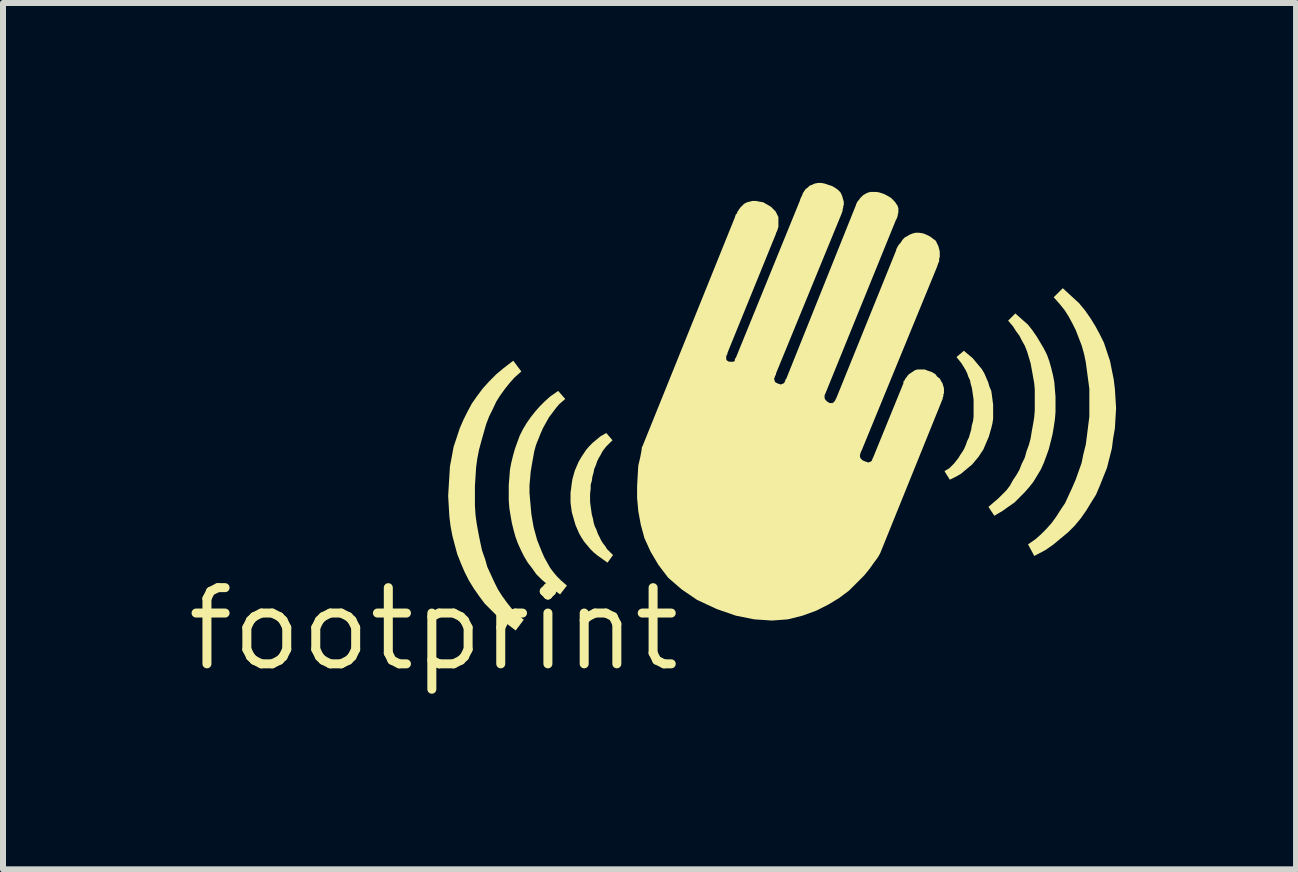
<source format=kicad_pcb>
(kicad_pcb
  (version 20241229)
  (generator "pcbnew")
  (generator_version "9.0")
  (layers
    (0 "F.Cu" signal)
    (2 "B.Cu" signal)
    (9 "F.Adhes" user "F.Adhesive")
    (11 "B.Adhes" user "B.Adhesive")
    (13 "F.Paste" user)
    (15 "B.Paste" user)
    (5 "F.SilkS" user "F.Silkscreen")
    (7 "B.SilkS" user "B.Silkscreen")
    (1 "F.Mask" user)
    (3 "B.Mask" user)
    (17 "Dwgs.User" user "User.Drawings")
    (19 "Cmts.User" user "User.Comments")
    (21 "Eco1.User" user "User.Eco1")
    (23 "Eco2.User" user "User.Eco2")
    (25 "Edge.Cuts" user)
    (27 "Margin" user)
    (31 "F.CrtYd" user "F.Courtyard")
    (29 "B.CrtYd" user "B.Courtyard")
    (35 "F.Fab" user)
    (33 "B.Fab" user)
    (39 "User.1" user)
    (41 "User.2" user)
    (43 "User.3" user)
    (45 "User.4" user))
  (footprint "footprint"
    (layer "F.Cu")
    (at 4.18 7.438)
    (property "Reference" "footprint" (at 0 0 0) (layer "F.SilkS") (effects (font (size 1.27 1.27) (thickness 0.15))))
    (fp_poly (pts (xy 8.924 -4.569) (xy 8.987 -4.517) (xy 9.039 -4.454) (xy 9.089 -4.394) (xy 9.141 -4.332) (xy 9.184 -4.257) (xy 9.215 -4.185) (xy 9.246 -4.113) (xy 9.266 -4.043) (xy 9.297 -3.97) (xy 9.308 -3.895) (xy 9.318 -3.815) (xy 9.328 -3.743) (xy 9.328 -3.507) (xy 9.317 -3.433) (xy 9.297 -3.35) (xy 9.277 -3.28) (xy 9.256 -3.207) (xy 9.225 -3.135) (xy 9.195 -3.065) (xy 9.164 -2.992) (xy 9.122 -2.929) (xy 9.081 -2.867) (xy 9.029 -2.806) (xy 8.977 -2.743) (xy 8.914 -2.691) (xy 8.854 -2.641) (xy 8.792 -2.589) (xy 8.718 -2.546) (xy 8.606 -2.49) (xy 8.517 -2.633) (xy 8.596 -2.68) (xy 8.672 -2.755) (xy 8.749 -2.852) (xy 8.778 -2.9) (xy 8.818 -2.96) (xy 8.846 -3.007) (xy 8.874 -3.074) (xy 8.895 -3.135) (xy 8.924 -3.194) (xy 8.963 -3.328) (xy 8.973 -3.398) (xy 8.993 -3.468) (xy 9.002 -3.542) (xy 9.002 -3.827) (xy 8.982 -3.964) (xy 8.973 -4.022) (xy 8.953 -4.092) (xy 8.943 -4.148) (xy 8.915 -4.205) (xy 8.895 -4.265) (xy 8.867 -4.322) (xy 8.808 -4.419) (xy 8.78 -4.457) (xy 8.717 -4.535) (xy 8.84 -4.64)) (stroke (width 0) (type solid)) (fill yes) (layer "F.SilkS"))
    (fp_poly (pts (xy 10.636 -5.548) (xy 10.758 -5.436) (xy 10.86 -5.313) (xy 10.952 -5.181) (xy 11.033 -5.049) (xy 11.104 -4.918) (xy 11.175 -4.775) (xy 11.226 -4.622) (xy 11.277 -4.47) (xy 11.307 -4.317) (xy 11.338 -4.166) (xy 11.358 -4.004) (xy 11.368 -3.842) (xy 11.378 -3.68) (xy 11.368 -3.518) (xy 11.358 -3.346) (xy 11.328 -3.174) (xy 11.308 -3.013) (xy 11.226 -2.688) (xy 11.165 -2.536) (xy 11.105 -2.385) (xy 11.044 -2.242) (xy 10.962 -2.11) (xy 10.882 -1.979) (xy 10.79 -1.847) (xy 10.688 -1.724) (xy 10.576 -1.612) (xy 10.454 -1.511) (xy 10.333 -1.41) (xy 10.2 -1.317) (xy 10.014 -1.219) (xy 9.91 -1.412) (xy 10.036 -1.5) (xy 10.124 -1.578) (xy 10.212 -1.666) (xy 10.3 -1.764) (xy 10.378 -1.871) (xy 10.448 -1.981) (xy 10.527 -2.099) (xy 10.645 -2.355) (xy 10.705 -2.494) (xy 10.803 -2.77) (xy 10.833 -2.918) (xy 10.873 -3.077) (xy 10.892 -3.225) (xy 10.932 -3.542) (xy 10.932 -4.007) (xy 10.872 -4.453) (xy 10.843 -4.591) (xy 10.804 -4.728) (xy 10.705 -4.985) (xy 10.646 -5.102) (xy 10.587 -5.211) (xy 10.519 -5.318) (xy 10.441 -5.415) (xy 10.338 -5.532) (xy 10.489 -5.683)) (stroke (width 0) (type solid)) (fill yes) (layer "F.SilkS"))
    (fp_poly (pts (xy 2.194 -3.836) (xy 2.097 -3.753) (xy 2.04 -3.686) (xy 1.922 -3.529) (xy 1.824 -3.353) (xy 1.785 -3.265) (xy 1.706 -3.068) (xy 1.677 -2.962) (xy 1.638 -2.744) (xy 1.618 -2.625) (xy 1.608 -2.507) (xy 1.598 -2.398) (xy 1.598 -2.272) (xy 1.608 -2.153) (xy 1.618 -2.043) (xy 1.628 -1.925) (xy 1.648 -1.806) (xy 1.667 -1.698) (xy 1.726 -1.482) (xy 1.805 -1.285) (xy 1.844 -1.197) (xy 1.942 -1.021) (xy 2 -0.944) (xy 2.058 -0.876) (xy 2.126 -0.808) (xy 2.222 -0.725) (xy 2.108 -0.578) (xy 1.976 -0.67) (xy 1.885 -0.752) (xy 1.794 -0.832) (xy 1.711 -0.915) (xy 1.639 -1.017) (xy 1.569 -1.108) (xy 1.507 -1.212) (xy 1.456 -1.314) (xy 1.405 -1.426) (xy 1.364 -1.538) (xy 1.333 -1.65) (xy 1.303 -1.772) (xy 1.282 -1.894) (xy 1.262 -2.015) (xy 1.252 -2.149) (xy 1.252 -2.402) (xy 1.262 -2.523) (xy 1.272 -2.655) (xy 1.293 -2.768) (xy 1.323 -2.89) (xy 1.354 -3.002) (xy 1.394 -3.113) (xy 1.435 -3.225) (xy 1.487 -3.328) (xy 1.548 -3.431) (xy 1.619 -3.533) (xy 1.691 -3.624) (xy 1.772 -3.716) (xy 1.854 -3.798) (xy 1.946 -3.88) (xy 2.076 -3.971)) (stroke (width 0) (type solid)) (fill yes) (layer "F.SilkS"))
    (fp_poly (pts (xy 2.982 -3.148) (xy 2.878 -3.045) (xy 2.84 -2.997) (xy 2.813 -2.96) (xy 2.783 -2.902) (xy 2.753 -2.852) (xy 2.725 -2.795) (xy 2.706 -2.736) (xy 2.677 -2.669) (xy 2.667 -2.612) (xy 2.647 -2.542) (xy 2.637 -2.472) (xy 2.618 -2.405) (xy 2.618 -2.338) (xy 2.608 -2.258) (xy 2.608 -2.122) (xy 2.618 -2.045) (xy 2.637 -1.908) (xy 2.657 -1.838) (xy 2.667 -1.778) (xy 2.686 -1.714) (xy 2.715 -1.655) (xy 2.735 -1.595) (xy 2.793 -1.478) (xy 2.821 -1.432) (xy 2.861 -1.382) (xy 2.89 -1.334) (xy 2.99 -1.234) (xy 2.899 -1.107) (xy 2.727 -1.23) (xy 2.664 -1.282) (xy 2.612 -1.334) (xy 2.561 -1.396) (xy 2.509 -1.457) (xy 2.468 -1.52) (xy 2.426 -1.593) (xy 2.395 -1.665) (xy 2.364 -1.737) (xy 2.343 -1.81) (xy 2.323 -1.88) (xy 2.303 -1.952) (xy 2.292 -2.035) (xy 2.282 -2.107) (xy 2.282 -2.273) (xy 2.292 -2.345) (xy 2.302 -2.425) (xy 2.313 -2.498) (xy 2.333 -2.57) (xy 2.354 -2.643) (xy 2.385 -2.715) (xy 2.416 -2.787) (xy 2.458 -2.86) (xy 2.498 -2.921) (xy 2.539 -2.983) (xy 2.592 -3.046) (xy 2.654 -3.108) (xy 2.716 -3.159) (xy 2.778 -3.211) (xy 2.878 -3.269)) (stroke (width 0) (type solid)) (fill yes) (layer "F.SilkS"))
    (fp_poly (pts (xy 9.815 -5.158) (xy 9.908 -5.076) (xy 9.981 -4.983) (xy 10.052 -4.881) (xy 10.113 -4.78) (xy 10.173 -4.678) (xy 10.225 -4.575) (xy 10.266 -4.462) (xy 10.297 -4.35) (xy 10.327 -4.228) (xy 10.348 -4.115) (xy 10.358 -3.993) (xy 10.368 -3.872) (xy 10.368 -3.618) (xy 10.358 -3.496) (xy 10.338 -3.364) (xy 10.317 -3.242) (xy 10.287 -3.121) (xy 10.256 -2.999) (xy 10.216 -2.887) (xy 10.175 -2.776) (xy 10.124 -2.662) (xy 10.063 -2.56) (xy 10.001 -2.458) (xy 9.929 -2.366) (xy 9.848 -2.274) (xy 9.767 -2.193) (xy 9.685 -2.111) (xy 9.582 -2.039) (xy 9.481 -1.968) (xy 9.348 -1.889) (xy 9.25 -2.037) (xy 9.345 -2.119) (xy 9.414 -2.178) (xy 9.551 -2.315) (xy 9.608 -2.391) (xy 9.657 -2.48) (xy 9.717 -2.57) (xy 9.766 -2.656) (xy 9.805 -2.756) (xy 9.854 -2.854) (xy 9.884 -2.962) (xy 9.924 -3.072) (xy 9.953 -3.178) (xy 9.972 -3.297) (xy 9.992 -3.406) (xy 10.012 -3.525) (xy 10.022 -3.642) (xy 10.022 -3.998) (xy 10.012 -4.105) (xy 9.953 -4.431) (xy 9.894 -4.627) (xy 9.856 -4.724) (xy 9.806 -4.812) (xy 9.767 -4.89) (xy 9.709 -4.968) (xy 9.659 -5.047) (xy 9.578 -5.142) (xy 9.698 -5.262)) (stroke (width 0) (type solid)) (fill yes) (layer "F.SilkS"))
    (fp_poly (pts (xy 1.462 -4.295) (xy 1.347 -4.193) (xy 1.269 -4.105) (xy 1.19 -4.007) (xy 1.112 -3.899) (xy 1.044 -3.792) (xy 0.984 -3.663) (xy 0.925 -3.545) (xy 0.876 -3.418) (xy 0.797 -3.14) (xy 0.757 -2.991) (xy 0.728 -2.844) (xy 0.708 -2.696) (xy 0.688 -2.379) (xy 0.688 -2.061) (xy 0.698 -1.904) (xy 0.718 -1.756) (xy 0.747 -1.597) (xy 0.777 -1.448) (xy 0.807 -1.31) (xy 0.856 -1.172) (xy 0.896 -1.033) (xy 1.014 -0.777) (xy 1.073 -0.659) (xy 1.142 -0.551) (xy 1.22 -0.443) (xy 1.298 -0.345) (xy 1.386 -0.258) (xy 1.502 -0.155) (xy 1.367 0.024) (xy 1.207 -0.1) (xy 1.075 -0.201) (xy 0.963 -0.313) (xy 0.851 -0.425) (xy 0.759 -0.548) (xy 0.668 -0.679) (xy 0.587 -0.811) (xy 0.515 -0.954) (xy 0.455 -1.095) (xy 0.394 -1.248) (xy 0.353 -1.4) (xy 0.313 -1.552) (xy 0.282 -1.714) (xy 0.262 -1.877) (xy 0.252 -2.048) (xy 0.242 -2.22) (xy 0.252 -2.392) (xy 0.262 -2.552) (xy 0.272 -2.715) (xy 0.303 -2.877) (xy 0.333 -3.04) (xy 0.384 -3.192) (xy 0.434 -3.344) (xy 0.495 -3.486) (xy 0.566 -3.628) (xy 0.637 -3.76) (xy 0.729 -3.892) (xy 0.821 -4.014) (xy 0.932 -4.136) (xy 1.044 -4.248) (xy 1.166 -4.35) (xy 1.327 -4.474)) (stroke (width 0) (type solid)) (fill yes) (layer "F.SilkS"))
    (fp_poly (pts (xy 6.52 -7.427) (xy 6.582 -7.406) (xy 6.646 -7.385) (xy 6.701 -7.352) (xy 6.745 -7.319) (xy 6.781 -7.283) (xy 6.805 -7.235) (xy 6.817 -7.201) (xy 6.827 -7.161) (xy 6.838 -7.126) (xy 6.838 -7.074) (xy 6.828 -7.044) (xy 6.828 -7.024) (xy 6.818 -6.994) (xy 6.818 -6.964) (xy 6.808 -6.954) (xy 6.808 -6.942) (xy 5.708 -4.262) (xy 5.708 -4.244) (xy 5.698 -4.234) (xy 5.698 -4.224) (xy 5.688 -4.214) (xy 5.688 -4.194) (xy 5.678 -4.184) (xy 5.678 -4.159) (xy 5.688 -4.139) (xy 5.688 -4.126) (xy 5.703 -4.111) (xy 5.735 -4.095) (xy 5.786 -4.078) (xy 5.791 -4.078) (xy 5.811 -4.088) (xy 5.821 -4.088) (xy 5.827 -4.091) (xy 5.849 -4.113) (xy 5.859 -4.133) (xy 5.862 -4.136) (xy 5.862 -4.156) (xy 5.878 -4.171) (xy 7.042 -7.072) (xy 7.042 -7.079) (xy 7.056 -7.107) (xy 7.069 -7.133) (xy 7.09 -7.154) (xy 7.11 -7.184) (xy 7.133 -7.207) (xy 7.156 -7.23) (xy 7.191 -7.253) (xy 7.237 -7.276) (xy 7.285 -7.288) (xy 7.384 -7.288) (xy 7.44 -7.277) (xy 7.505 -7.255) (xy 7.568 -7.223) (xy 7.624 -7.19) (xy 7.657 -7.157) (xy 7.69 -7.124) (xy 7.712 -7.091) (xy 7.735 -7.057) (xy 7.748 -7.016) (xy 7.748 -6.944) (xy 7.738 -6.914) (xy 7.738 -6.894) (xy 7.723 -6.849) (xy 7.718 -6.844) (xy 7.718 -6.834) (xy 7.708 -6.824) (xy 7.708 -6.823) (xy 6.532 -3.929) (xy 6.528 -3.924) (xy 6.528 -3.914) (xy 6.518 -3.904) (xy 6.518 -3.849) (xy 6.531 -3.823) (xy 6.563 -3.791) (xy 6.579 -3.783) (xy 6.602 -3.768) (xy 6.651 -3.768) (xy 6.657 -3.771) (xy 6.689 -3.803) (xy 6.699 -3.823) (xy 6.702 -3.826) (xy 6.702 -3.836) (xy 6.712 -3.846) (xy 6.712 -3.847) (xy 7.712 -6.317) (xy 7.712 -6.329) (xy 7.726 -6.357) (xy 7.737 -6.379) (xy 7.76 -6.414) (xy 7.78 -6.434) (xy 7.798 -6.461) (xy 7.82 -6.494) (xy 7.857 -6.531) (xy 7.901 -6.553) (xy 7.932 -6.574) (xy 7.988 -6.596) (xy 8.035 -6.608) (xy 8.093 -6.608) (xy 8.16 -6.597) (xy 8.216 -6.575) (xy 8.28 -6.543) (xy 8.323 -6.51) (xy 8.37 -6.475) (xy 8.394 -6.427) (xy 8.416 -6.383) (xy 8.427 -6.339) (xy 8.438 -6.295) (xy 8.438 -6.204) (xy 8.428 -6.174) (xy 8.428 -6.131) (xy 8.415 -6.105) (xy 8.405 -6.075) (xy 8.398 -6.061) (xy 8.398 -6.052) (xy 7.132 -2.968) (xy 7.128 -2.964) (xy 7.128 -2.961) (xy 7.118 -2.941) (xy 7.118 -2.931) (xy 7.108 -2.911) (xy 7.108 -2.869) (xy 7.121 -2.843) (xy 7.144 -2.82) (xy 7.167 -2.805) (xy 7.192 -2.796) (xy 7.225 -2.785) (xy 7.239 -2.778) (xy 7.251 -2.778) (xy 7.271 -2.788) (xy 7.281 -2.788) (xy 7.287 -2.791) (xy 7.312 -2.816) (xy 7.312 -2.836) (xy 7.322 -2.846) (xy 7.322 -2.847) (xy 7.832 -4.097) (xy 7.832 -4.126) (xy 7.849 -4.143) (xy 7.869 -4.183) (xy 7.889 -4.203) (xy 7.899 -4.223) (xy 7.926 -4.25) (xy 7.959 -4.272) (xy 8.023 -4.315) (xy 8.064 -4.328) (xy 8.187 -4.328) (xy 8.243 -4.306) (xy 8.306 -4.285) (xy 8.366 -4.249) (xy 8.397 -4.207) (xy 8.44 -4.175) (xy 8.463 -4.129) (xy 8.485 -4.096) (xy 8.497 -4.051) (xy 8.508 -4.016) (xy 8.508 -3.931) (xy 8.498 -3.911) (xy 8.498 -3.881) (xy 8.488 -3.861) (xy 8.488 -3.843) (xy 7.445 -1.264) (xy 7.433 -1.242) (xy 7.402 -1.189) (xy 7.341 -1.108) (xy 7.27 -1.007) (xy 7.178 -0.894) (xy 7.057 -0.773) (xy 6.925 -0.641) (xy 6.761 -0.518) (xy 6.578 -0.407) (xy 6.375 -0.305) (xy 6.151 -0.224) (xy 5.906 -0.162) (xy 5.64 -0.142) (xy 5.345 -0.162) (xy 5.04 -0.223) (xy 4.716 -0.335) (xy 4.391 -0.487) (xy 4.137 -0.66) (xy 3.912 -0.854) (xy 3.748 -1.069) (xy 3.616 -1.292) (xy 3.514 -1.517) (xy 3.453 -1.742) (xy 3.412 -1.965) (xy 3.392 -2.188) (xy 3.392 -2.381) (xy 3.402 -2.562) (xy 3.412 -2.726) (xy 3.443 -2.858) (xy 3.462 -2.956) (xy 3.473 -3.032) (xy 3.485 -3.056) (xy 5.015 -6.846) (xy 5.022 -6.859) (xy 5.022 -6.866) (xy 5.037 -6.911) (xy 5.057 -6.931) (xy 5.065 -6.957) (xy 5.088 -6.991) (xy 5.11 -7.024) (xy 5.143 -7.057) (xy 5.177 -7.091) (xy 5.227 -7.116) (xy 5.271 -7.127) (xy 5.315 -7.138) (xy 5.374 -7.138) (xy 5.427 -7.127) (xy 5.493 -7.116) (xy 5.569 -7.073) (xy 5.624 -7.04) (xy 5.667 -6.997) (xy 5.701 -6.963) (xy 5.724 -6.917) (xy 5.748 -6.869) (xy 5.748 -6.704) (xy 5.736 -6.668) (xy 5.725 -6.635) (xy 5.708 -6.601) (xy 5.708 -6.593) (xy 4.898 -4.603) (xy 4.898 -4.584) (xy 4.888 -4.574) (xy 4.888 -4.564) (xy 4.878 -4.554) (xy 4.878 -4.496) (xy 4.881 -4.493) (xy 4.888 -4.478) (xy 4.903 -4.471) (xy 4.911 -4.463) (xy 4.926 -4.458) (xy 4.959 -4.458) (xy 4.97 -4.453) (xy 4.981 -4.458) (xy 5.004 -4.458) (xy 5.022 -4.476) (xy 5.022 -4.506) (xy 5.038 -4.522) (xy 6.112 -7.157) (xy 6.112 -7.169) (xy 6.126 -7.197) (xy 6.145 -7.235) (xy 6.155 -7.267) (xy 6.178 -7.301) (xy 6.203 -7.337) (xy 6.236 -7.36) (xy 6.269 -7.393) (xy 6.305 -7.405) (xy 6.348 -7.426) (xy 6.406 -7.438) (xy 6.464 -7.438)) (stroke (width 0) (type solid)) (fill yes) (layer "F.SilkS")))
  (gr_rect
    (start -3 -3)
    (end 18.558 11.444)
    (stroke (width 0.1) (type default))
    (fill no)
    (layer "Edge.Cuts")))
</source>
